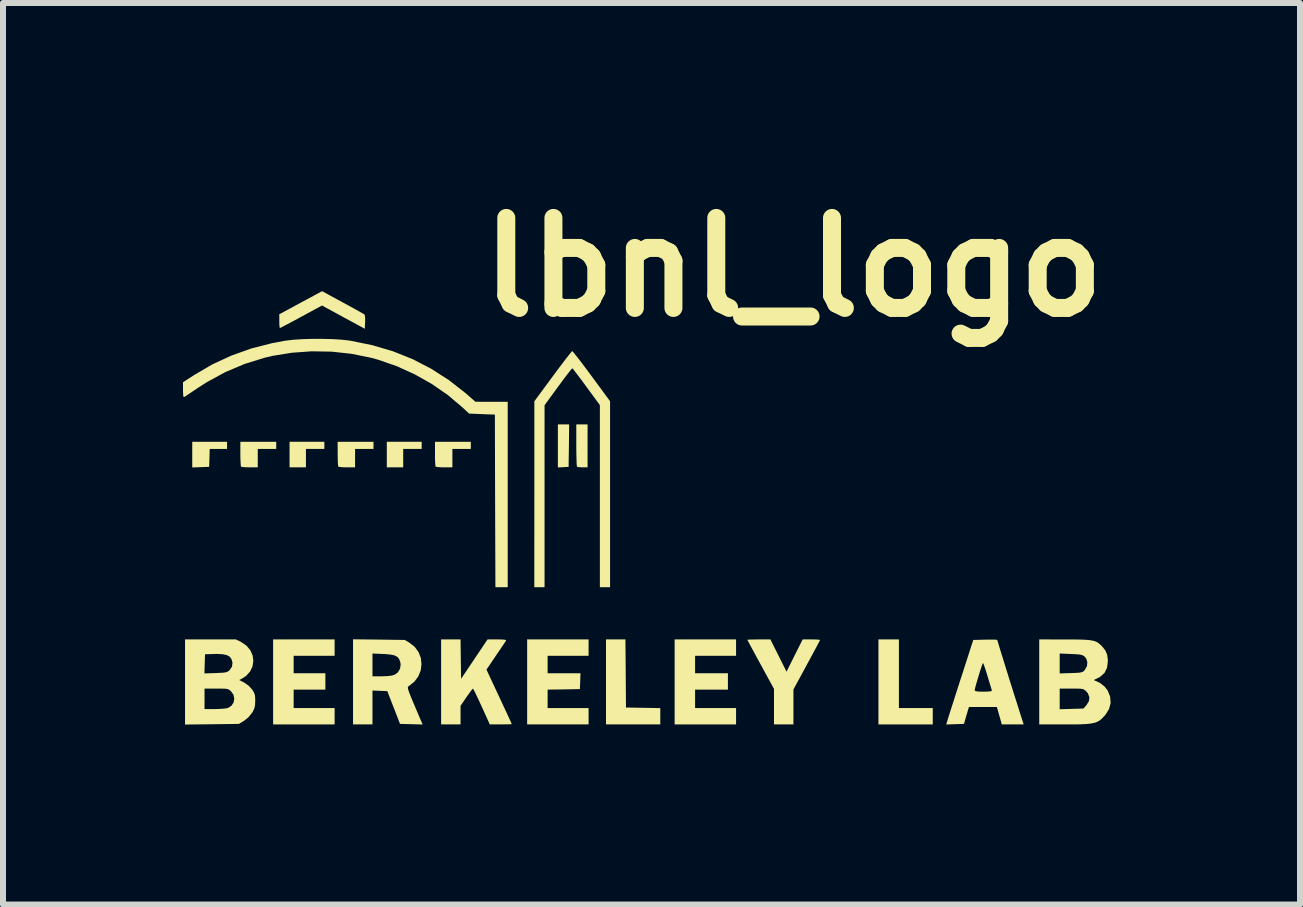
<source format=kicad_pcb>
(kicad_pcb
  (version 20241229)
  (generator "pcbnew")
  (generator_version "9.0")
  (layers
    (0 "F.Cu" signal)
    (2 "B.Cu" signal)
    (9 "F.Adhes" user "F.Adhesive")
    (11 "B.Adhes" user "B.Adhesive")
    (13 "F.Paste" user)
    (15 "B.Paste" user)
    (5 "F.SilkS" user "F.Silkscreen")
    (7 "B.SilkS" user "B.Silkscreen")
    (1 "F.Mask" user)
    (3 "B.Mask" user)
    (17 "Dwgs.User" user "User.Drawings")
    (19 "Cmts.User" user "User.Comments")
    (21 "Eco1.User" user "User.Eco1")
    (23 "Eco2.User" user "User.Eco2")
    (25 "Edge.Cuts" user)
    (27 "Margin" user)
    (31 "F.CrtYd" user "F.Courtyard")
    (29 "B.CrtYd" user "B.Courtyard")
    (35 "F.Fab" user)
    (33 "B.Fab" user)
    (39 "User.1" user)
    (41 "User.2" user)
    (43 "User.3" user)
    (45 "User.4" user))
  (footprint "lbnl_logo"
    (layer "F.Cu")
    (at 5.094 6.484)
    (property "Reference" "lbnl_logo" (at 5.08 -5.08 0) (layer "F.SilkS") (effects (font (size 1.5 1.5) (thickness 0.3))))
    (attr board_only exclude_from_pos_files exclude_from_bom)
    (fp_poly (pts (xy 1.338 -2.107) (xy 1.333 -1.753) (xy 1.244 -1.748) (xy 1.154 -1.743) (xy 1.154 -2.102) (xy 1.154 -2.461) (xy 1.248 -2.461) (xy 1.342 -2.461)) (stroke (width 0) (type solid)) (fill yes) (layer "F.SilkS"))
    (fp_poly (pts (xy -4.36 -2.112) (xy -4.36 -2.052) (xy -4.504 -2.052) (xy -4.649 -2.052) (xy -4.653 -1.902) (xy -4.658 -1.753) (xy -4.799 -1.748) (xy -4.94 -1.743) (xy -4.94 -1.957) (xy -4.94 -2.171) (xy -4.65 -2.171) (xy -4.36 -2.171)) (stroke (width 0) (type solid)) (fill yes) (layer "F.SilkS"))
    (fp_poly (pts (xy -2.738 -2.112) (xy -2.738 -2.052) (xy -2.892 -2.052) (xy -3.045 -2.052) (xy -3.045 -1.898) (xy -3.045 -1.745) (xy -3.182 -1.745) (xy -3.318 -1.745) (xy -3.318 -1.958) (xy -3.318 -2.171) (xy -3.028 -2.171) (xy -2.738 -2.171)) (stroke (width 0) (type solid)) (fill yes) (layer "F.SilkS"))
    (fp_poly (pts (xy -1.116 -2.112) (xy -1.116 -2.052) (xy -1.27 -2.052) (xy -1.424 -2.052) (xy -1.424 -1.898) (xy -1.424 -1.745) (xy -1.56 -1.745) (xy -1.697 -1.745) (xy -1.697 -1.958) (xy -1.697 -2.171) (xy -1.407 -2.171) (xy -1.116 -2.171)) (stroke (width 0) (type solid)) (fill yes) (layer "F.SilkS"))
    (fp_poly (pts (xy 2.285 1.691) (xy 2.289 2.258) (xy 2.575 2.263) (xy 2.861 2.268) (xy 2.861 2.404) (xy 2.861 2.54) (xy 2.409 2.54) (xy 1.956 2.54) (xy 1.956 1.832) (xy 1.956 1.123) (xy 2.118 1.123) (xy 2.28 1.123)) (stroke (width 0) (type solid)) (fill yes) (layer "F.SilkS"))
    (fp_poly (pts (xy 6.838 1.695) (xy 6.838 2.267) (xy 7.12 2.267) (xy 7.402 2.267) (xy 7.402 2.403) (xy 7.402 2.54) (xy 6.949 2.54) (xy 6.497 2.54) (xy 6.497 1.832) (xy 6.497 1.123) (xy 6.668 1.123) (xy 6.838 1.123)) (stroke (width 0) (type solid)) (fill yes) (layer "F.SilkS"))
    (fp_poly (pts (xy 1.649 -2.103) (xy 1.649 -1.745) (xy 1.566 -1.745) (xy 1.516 -1.747) (xy 1.481 -1.752) (xy 1.473 -1.756) (xy 1.469 -1.776) (xy 1.466 -1.824) (xy 1.464 -1.897) (xy 1.462 -1.987) (xy 1.461 -2.09) (xy 1.461 -2.114) (xy 1.461 -2.461) (xy 1.555 -2.461) (xy 1.649 -2.461)) (stroke (width 0) (type solid)) (fill yes) (layer "F.SilkS"))
    (fp_poly (pts (xy -3.54 -2.112) (xy -3.54 -2.052) (xy -3.694 -2.052) (xy -3.848 -2.052) (xy -3.848 -1.898) (xy -3.848 -1.745) (xy -3.981 -1.745) (xy -4.046 -1.746) (xy -4.097 -1.75) (xy -4.124 -1.755) (xy -4.126 -1.756) (xy -4.131 -1.777) (xy -4.134 -1.824) (xy -4.137 -1.892) (xy -4.138 -1.969) (xy -4.138 -2.171) (xy -3.839 -2.171) (xy -3.54 -2.171)) (stroke (width 0) (type solid)) (fill yes) (layer "F.SilkS"))
    (fp_poly (pts (xy -1.919 -2.112) (xy -1.919 -2.052) (xy -2.072 -2.052) (xy -2.226 -2.052) (xy -2.226 -1.898) (xy -2.226 -1.745) (xy -2.36 -1.745) (xy -2.424 -1.746) (xy -2.475 -1.75) (xy -2.503 -1.755) (xy -2.505 -1.756) (xy -2.509 -1.777) (xy -2.513 -1.824) (xy -2.515 -1.892) (xy -2.516 -1.969) (xy -2.516 -2.171) (xy -2.217 -2.171) (xy -1.919 -2.171)) (stroke (width 0) (type solid)) (fill yes) (layer "F.SilkS"))
    (fp_poly (pts (xy -0.297 -2.112) (xy -0.297 -2.052) (xy -0.451 -2.052) (xy -0.604 -2.052) (xy -0.604 -1.898) (xy -0.604 -1.745) (xy -0.738 -1.745) (xy -0.803 -1.746) (xy -0.853 -1.75) (xy -0.881 -1.755) (xy -0.883 -1.756) (xy -0.888 -1.777) (xy -0.891 -1.824) (xy -0.894 -1.892) (xy -0.894 -1.969) (xy -0.894 -2.171) (xy -0.596 -2.171) (xy -0.297 -2.171)) (stroke (width 0) (type solid)) (fill yes) (layer "F.SilkS"))
    (fp_poly (pts (xy -2.567 1.26) (xy -2.567 1.396) (xy -2.909 1.396) (xy -3.25 1.396) (xy -3.25 1.541) (xy -3.25 1.687) (xy -2.986 1.687) (xy -2.721 1.687) (xy -2.721 1.823) (xy -2.721 1.96) (xy -2.986 1.96) (xy -3.25 1.96) (xy -3.25 2.113) (xy -3.25 2.267) (xy -2.909 2.267) (xy -2.567 2.267) (xy -2.567 2.403) (xy -2.567 2.54) (xy -3.079 2.54) (xy -3.592 2.54) (xy -3.592 1.832) (xy -3.592 1.123) (xy -3.079 1.123) (xy -2.567 1.123)) (stroke (width 0) (type solid)) (fill yes) (layer "F.SilkS"))
    (fp_poly (pts (xy 1.666 1.26) (xy 1.666 1.396) (xy 1.325 1.396) (xy 0.983 1.396) (xy 0.983 1.541) (xy 0.983 1.687) (xy 1.257 1.687) (xy 1.531 1.687) (xy 1.526 1.819) (xy 1.521 1.951) (xy 1.252 1.956) (xy 0.983 1.96) (xy 0.983 2.114) (xy 0.983 2.267) (xy 1.325 2.267) (xy 1.666 2.267) (xy 1.666 2.403) (xy 1.666 2.54) (xy 1.154 2.54) (xy 0.642 2.54) (xy 0.642 1.832) (xy 0.642 1.123) (xy 1.154 1.123) (xy 1.666 1.123)) (stroke (width 0) (type solid)) (fill yes) (layer "F.SilkS"))
    (fp_poly (pts (xy 4.124 1.26) (xy 4.124 1.396) (xy 3.783 1.396) (xy 3.441 1.396) (xy 3.441 1.541) (xy 3.441 1.687) (xy 3.714 1.687) (xy 3.988 1.687) (xy 3.988 1.823) (xy 3.988 1.96) (xy 3.714 1.96) (xy 3.441 1.96) (xy 3.441 2.113) (xy 3.441 2.267) (xy 3.783 2.267) (xy 4.124 2.267) (xy 4.124 2.403) (xy 4.124 2.54) (xy 3.612 2.54) (xy 3.1 2.54) (xy 3.1 1.832) (xy 3.1 1.123) (xy 3.612 1.123) (xy 4.124 1.123)) (stroke (width 0) (type solid)) (fill yes) (layer "F.SilkS"))
    (fp_poly (pts (xy -2.428 -4.492) (xy -2.329 -4.438) (xy -2.239 -4.389) (xy -2.164 -4.347) (xy -2.108 -4.315) (xy -2.074 -4.295) (xy -2.067 -4.29) (xy -2.061 -4.267) (xy -2.058 -4.22) (xy -2.059 -4.165) (xy -2.064 -4.055) (xy -2.421 -4.248) (xy -2.777 -4.442) (xy -3.124 -4.254) (xy -3.223 -4.2) (xy -3.311 -4.153) (xy -3.386 -4.114) (xy -3.441 -4.085) (xy -3.473 -4.069) (xy -3.479 -4.066) (xy -3.484 -4.082) (xy -3.488 -4.123) (xy -3.489 -4.18) (xy -3.489 -4.181) (xy -3.489 -4.296) (xy -3.132 -4.489) (xy -2.776 -4.681)) (stroke (width 0) (type solid)) (fill yes) (layer "F.SilkS"))
    (fp_poly (pts (xy 4.831 1.392) (xy 4.965 1.661) (xy 5.099 1.392) (xy 5.234 1.123) (xy 5.379 1.123) (xy 5.444 1.124) (xy 5.494 1.127) (xy 5.521 1.13) (xy 5.524 1.132) (xy 5.516 1.149) (xy 5.494 1.191) (xy 5.46 1.256) (xy 5.415 1.339) (xy 5.363 1.436) (xy 5.305 1.543) (xy 5.302 1.549) (xy 5.08 1.957) (xy 5.08 2.248) (xy 5.08 2.54) (xy 4.918 2.54) (xy 4.756 2.54) (xy 4.756 2.244) (xy 4.756 1.948) (xy 4.534 1.541) (xy 4.475 1.434) (xy 4.423 1.337) (xy 4.378 1.254) (xy 4.343 1.189) (xy 4.32 1.146) (xy 4.312 1.129) (xy 4.312 1.129) (xy 4.328 1.127) (xy 4.371 1.125) (xy 4.435 1.124) (xy 4.504 1.123) (xy 4.696 1.123)) (stroke (width 0) (type solid)) (fill yes) (layer "F.SilkS"))
    (fp_poly (pts (xy 1.407 -3.669) (xy 1.438 -3.631) (xy 1.484 -3.573) (xy 1.543 -3.497) (xy 1.611 -3.407) (xy 1.686 -3.306) (xy 1.717 -3.264) (xy 2.024 -2.847) (xy 2.024 -1.297) (xy 2.024 0.253) (xy 1.939 0.253) (xy 1.854 0.253) (xy 1.854 -1.265) (xy 1.854 -2.782) (xy 1.63 -3.087) (xy 1.565 -3.176) (xy 1.506 -3.254) (xy 1.457 -3.32) (xy 1.42 -3.367) (xy 1.399 -3.392) (xy 1.396 -3.396) (xy 1.383 -3.384) (xy 1.353 -3.348) (xy 1.309 -3.292) (xy 1.254 -3.22) (xy 1.192 -3.135) (xy 1.158 -3.09) (xy 0.932 -2.78) (xy 0.932 -1.264) (xy 0.932 0.253) (xy 0.847 0.253) (xy 0.761 0.253) (xy 0.762 -1.296) (xy 0.762 -2.846) (xy 1.07 -3.264) (xy 1.147 -3.368) (xy 1.219 -3.463) (xy 1.281 -3.545) (xy 1.332 -3.61) (xy 1.37 -3.657) (xy 1.39 -3.68) (xy 1.394 -3.682)) (stroke (width 0) (type solid)) (fill yes) (layer "F.SilkS"))
    (fp_poly (pts (xy -0.464 1.452) (xy -0.459 1.78) (xy -0.239 1.452) (xy -0.018 1.123) (xy 0.142 1.123) (xy 0.219 1.124) (xy 0.266 1.128) (xy 0.288 1.134) (xy 0.29 1.145) (xy 0.276 1.165) (xy 0.247 1.209) (xy 0.205 1.271) (xy 0.155 1.344) (xy 0.12 1.396) (xy -0.036 1.627) (xy 0.175 2.078) (xy 0.228 2.192) (xy 0.277 2.297) (xy 0.319 2.387) (xy 0.352 2.459) (xy 0.375 2.509) (xy 0.385 2.533) (xy 0.386 2.534) (xy 0.37 2.537) (xy 0.327 2.538) (xy 0.264 2.539) (xy 0.202 2.54) (xy 0.019 2.539) (xy -0.116 2.241) (xy -0.159 2.148) (xy -0.197 2.067) (xy -0.228 2.003) (xy -0.25 1.96) (xy -0.261 1.943) (xy -0.261 1.943) (xy -0.275 1.956) (xy -0.302 1.991) (xy -0.34 2.044) (xy -0.37 2.086) (xy -0.468 2.23) (xy -0.468 2.385) (xy -0.468 2.54) (xy -0.63 2.54) (xy -0.792 2.54) (xy -0.792 1.832) (xy -0.792 1.123) (xy -0.63 1.123) (xy -0.468 1.123)) (stroke (width 0) (type solid)) (fill yes) (layer "F.SilkS"))
    (fp_poly (pts (xy -1.829 1.126) (xy -1.398 1.132) (xy -1.32 1.178) (xy -1.231 1.248) (xy -1.168 1.335) (xy -1.13 1.433) (xy -1.119 1.536) (xy -1.132 1.64) (xy -1.172 1.739) (xy -1.237 1.827) (xy -1.327 1.899) (xy -1.331 1.901) (xy -1.34 1.908) (xy -1.346 1.918) (xy -1.346 1.935) (xy -1.34 1.962) (xy -1.326 2.002) (xy -1.304 2.06) (xy -1.272 2.137) (xy -1.229 2.239) (xy -1.174 2.368) (xy -1.161 2.4) (xy -1.1 2.541) (xy -1.289 2.536) (xy -1.477 2.531) (xy -1.583 2.258) (xy -1.689 1.985) (xy -1.812 1.98) (xy -1.936 1.975) (xy -1.936 2.258) (xy -1.936 2.54) (xy -2.098 2.54) (xy -2.26 2.54) (xy -2.26 1.831) (xy -2.26 1.358) (xy -1.936 1.358) (xy -1.936 1.548) (xy -1.936 1.738) (xy -1.782 1.738) (xy -1.693 1.735) (xy -1.62 1.727) (xy -1.571 1.714) (xy -1.513 1.673) (xy -1.476 1.611) (xy -1.466 1.539) (xy -1.474 1.496) (xy -1.493 1.448) (xy -1.523 1.413) (xy -1.567 1.39) (xy -1.632 1.376) (xy -1.725 1.367) (xy -1.758 1.366) (xy -1.936 1.358) (xy -2.26 1.358) (xy -2.26 1.121)) (stroke (width 0) (type solid)) (fill yes) (layer "F.SilkS"))
    (fp_poly (pts (xy -2.607 -3.882) (xy -2.455 -3.873) (xy -2.325 -3.859) (xy -2.303 -3.855) (xy -1.939 -3.781) (xy -1.594 -3.679) (xy -1.267 -3.548) (xy -0.957 -3.388) (xy -0.661 -3.198) (xy -0.38 -2.978) (xy -0.34 -2.943) (xy -0.22 -2.838) (xy 0.049 -2.837) (xy 0.318 -2.837) (xy 0.318 -1.292) (xy 0.318 0.253) (xy 0.215 0.253) (xy 0.113 0.253) (xy 0.108 -1.186) (xy 0.104 -2.624) (xy -0.111 -2.632) (xy -0.326 -2.641) (xy -0.439 -2.746) (xy -0.68 -2.95) (xy -0.945 -3.133) (xy -1.23 -3.294) (xy -1.528 -3.43) (xy -1.836 -3.537) (xy -1.964 -3.572) (xy -2.285 -3.637) (xy -2.615 -3.673) (xy -2.948 -3.679) (xy -3.279 -3.655) (xy -3.601 -3.603) (xy -3.735 -3.571) (xy -4.067 -3.468) (xy -4.387 -3.333) (xy -4.694 -3.166) (xy -4.838 -3.074) (xy -4.914 -3.023) (xy -4.981 -2.978) (xy -5.034 -2.943) (xy -5.066 -2.922) (xy -5.072 -2.917) (xy -5.084 -2.918) (xy -5.09 -2.941) (xy -5.093 -2.99) (xy -5.094 -3.033) (xy -5.094 -3.163) (xy -4.91 -3.282) (xy -4.609 -3.459) (xy -4.289 -3.607) (xy -3.953 -3.727) (xy -3.603 -3.816) (xy -3.387 -3.856) (xy -3.259 -3.871) (xy -3.108 -3.881) (xy -2.943 -3.886) (xy -2.773 -3.886)) (stroke (width 0) (type solid)) (fill yes) (layer "F.SilkS"))
    (fp_poly (pts (xy 8.419 1.126) (xy 8.462 1.128) (xy 8.477 1.132) (xy 8.482 1.149) (xy 8.496 1.195) (xy 8.517 1.266) (xy 8.545 1.356) (xy 8.578 1.462) (xy 8.614 1.579) (xy 8.653 1.704) (xy 8.693 1.832) (xy 8.733 1.959) (xy 8.771 2.08) (xy 8.807 2.192) (xy 8.838 2.291) (xy 8.863 2.371) (xy 8.882 2.43) (xy 8.886 2.442) (xy 8.918 2.54) (xy 8.736 2.54) (xy 8.553 2.54) (xy 8.512 2.395) (xy 8.471 2.25) (xy 8.238 2.25) (xy 8.005 2.25) (xy 7.963 2.391) (xy 7.922 2.531) (xy 7.774 2.536) (xy 7.626 2.541) (xy 7.667 2.408) (xy 7.682 2.36) (xy 7.706 2.285) (xy 7.738 2.186) (xy 7.775 2.07) (xy 7.806 1.972) (xy 8.101 1.972) (xy 8.113 1.984) (xy 8.149 1.991) (xy 8.215 1.994) (xy 8.248 1.994) (xy 8.323 1.992) (xy 8.367 1.988) (xy 8.386 1.98) (xy 8.387 1.972) (xy 8.38 1.949) (xy 8.365 1.899) (xy 8.344 1.831) (xy 8.32 1.75) (xy 8.315 1.733) (xy 8.29 1.653) (xy 8.268 1.586) (xy 8.251 1.539) (xy 8.241 1.517) (xy 8.24 1.516) (xy 8.232 1.531) (xy 8.217 1.572) (xy 8.197 1.632) (xy 8.175 1.703) (xy 8.152 1.778) (xy 8.131 1.849) (xy 8.114 1.911) (xy 8.103 1.955) (xy 8.101 1.972) (xy 7.806 1.972) (xy 7.816 1.941) (xy 7.86 1.804) (xy 7.893 1.704) (xy 8.077 1.132) (xy 8.277 1.127) (xy 8.355 1.126)) (stroke (width 0) (type solid)) (fill yes) (layer "F.SilkS"))
    (fp_poly (pts (xy -4.122 1.168) (xy -4.034 1.229) (xy -3.971 1.305) (xy -3.933 1.392) (xy -3.922 1.484) (xy -3.936 1.575) (xy -3.977 1.66) (xy -4.043 1.732) (xy -4.109 1.775) (xy -4.158 1.8) (xy -4.075 1.842) (xy -4.003 1.892) (xy -3.944 1.955) (xy -3.942 1.958) (xy -3.913 2.003) (xy -3.897 2.045) (xy -3.891 2.098) (xy -3.89 2.146) (xy -3.893 2.216) (xy -3.903 2.267) (xy -3.925 2.316) (xy -3.942 2.345) (xy -4.008 2.425) (xy -4.077 2.48) (xy -4.161 2.531) (xy -4.61 2.537) (xy -5.06 2.542) (xy -5.06 1.943) (xy -4.735 1.943) (xy -4.735 2.113) (xy -4.735 2.284) (xy -4.567 2.284) (xy -4.488 2.282) (xy -4.417 2.277) (xy -4.363 2.27) (xy -4.346 2.266) (xy -4.287 2.229) (xy -4.251 2.175) (xy -4.239 2.11) (xy -4.254 2.044) (xy -4.29 1.992) (xy -4.313 1.971) (xy -4.334 1.957) (xy -4.362 1.948) (xy -4.403 1.944) (xy -4.465 1.943) (xy -4.538 1.943) (xy -4.735 1.943) (xy -5.06 1.943) (xy -5.06 1.833) (xy -5.06 1.69) (xy -4.737 1.69) (xy -4.549 1.684) (xy -4.465 1.68) (xy -4.408 1.676) (xy -4.37 1.668) (xy -4.343 1.657) (xy -4.321 1.639) (xy -4.32 1.638) (xy -4.278 1.578) (xy -4.269 1.511) (xy -4.286 1.452) (xy -4.315 1.412) (xy -4.362 1.385) (xy -4.43 1.37) (xy -4.524 1.365) (xy -4.586 1.366) (xy -4.727 1.371) (xy -4.732 1.53) (xy -4.737 1.69) (xy -5.06 1.69) (xy -5.06 1.123) (xy -4.636 1.123) (xy -4.213 1.123)) (stroke (width 0) (type solid)) (fill yes) (layer "F.SilkS"))
    (fp_poly (pts (xy 9.608 1.124) (xy 9.754 1.124) (xy 9.871 1.126) (xy 9.962 1.13) (xy 10.033 1.137) (xy 10.088 1.148) (xy 10.131 1.164) (xy 10.166 1.186) (xy 10.199 1.214) (xy 10.23 1.245) (xy 10.28 1.309) (xy 10.309 1.377) (xy 10.32 1.46) (xy 10.32 1.492) (xy 10.307 1.596) (xy 10.266 1.68) (xy 10.196 1.744) (xy 10.134 1.777) (xy 10.097 1.794) (xy 10.089 1.803) (xy 10.108 1.811) (xy 10.117 1.814) (xy 10.192 1.85) (xy 10.264 1.907) (xy 10.316 1.972) (xy 10.317 1.974) (xy 10.359 2.078) (xy 10.367 2.182) (xy 10.341 2.282) (xy 10.281 2.378) (xy 10.258 2.404) (xy 10.221 2.443) (xy 10.185 2.473) (xy 10.145 2.496) (xy 10.099 2.513) (xy 10.04 2.525) (xy 9.966 2.533) (xy 9.87 2.538) (xy 9.749 2.54) (xy 9.6 2.54) (xy 9.177 2.54) (xy 9.177 1.943) (xy 9.518 1.943) (xy 9.518 2.115) (xy 9.518 2.287) (xy 9.716 2.281) (xy 9.914 2.275) (xy 9.963 2.22) (xy 10.005 2.153) (xy 10.013 2.086) (xy 9.988 2.022) (xy 9.963 1.992) (xy 9.941 1.971) (xy 9.919 1.957) (xy 9.892 1.948) (xy 9.85 1.944) (xy 9.788 1.943) (xy 9.716 1.943) (xy 9.518 1.943) (xy 9.177 1.943) (xy 9.177 1.832) (xy 9.177 1.358) (xy 9.518 1.358) (xy 9.518 1.524) (xy 9.518 1.69) (xy 9.707 1.684) (xy 9.79 1.681) (xy 9.847 1.677) (xy 9.883 1.67) (xy 9.908 1.66) (xy 9.927 1.643) (xy 9.938 1.63) (xy 9.972 1.568) (xy 9.979 1.502) (xy 9.959 1.44) (xy 9.936 1.413) (xy 9.914 1.395) (xy 9.887 1.383) (xy 9.849 1.375) (xy 9.792 1.37) (xy 9.708 1.366) (xy 9.706 1.366) (xy 9.518 1.358) (xy 9.177 1.358) (xy 9.177 1.123)) (stroke (width 0) (type solid)) (fill yes) (layer "F.SilkS")))
  (gr_rect
    (start -3 -3)
    (end 18.617 12.026)
    (stroke (width 0.1) (type default))
    (fill no)
    (layer "Edge.Cuts")))
</source>
